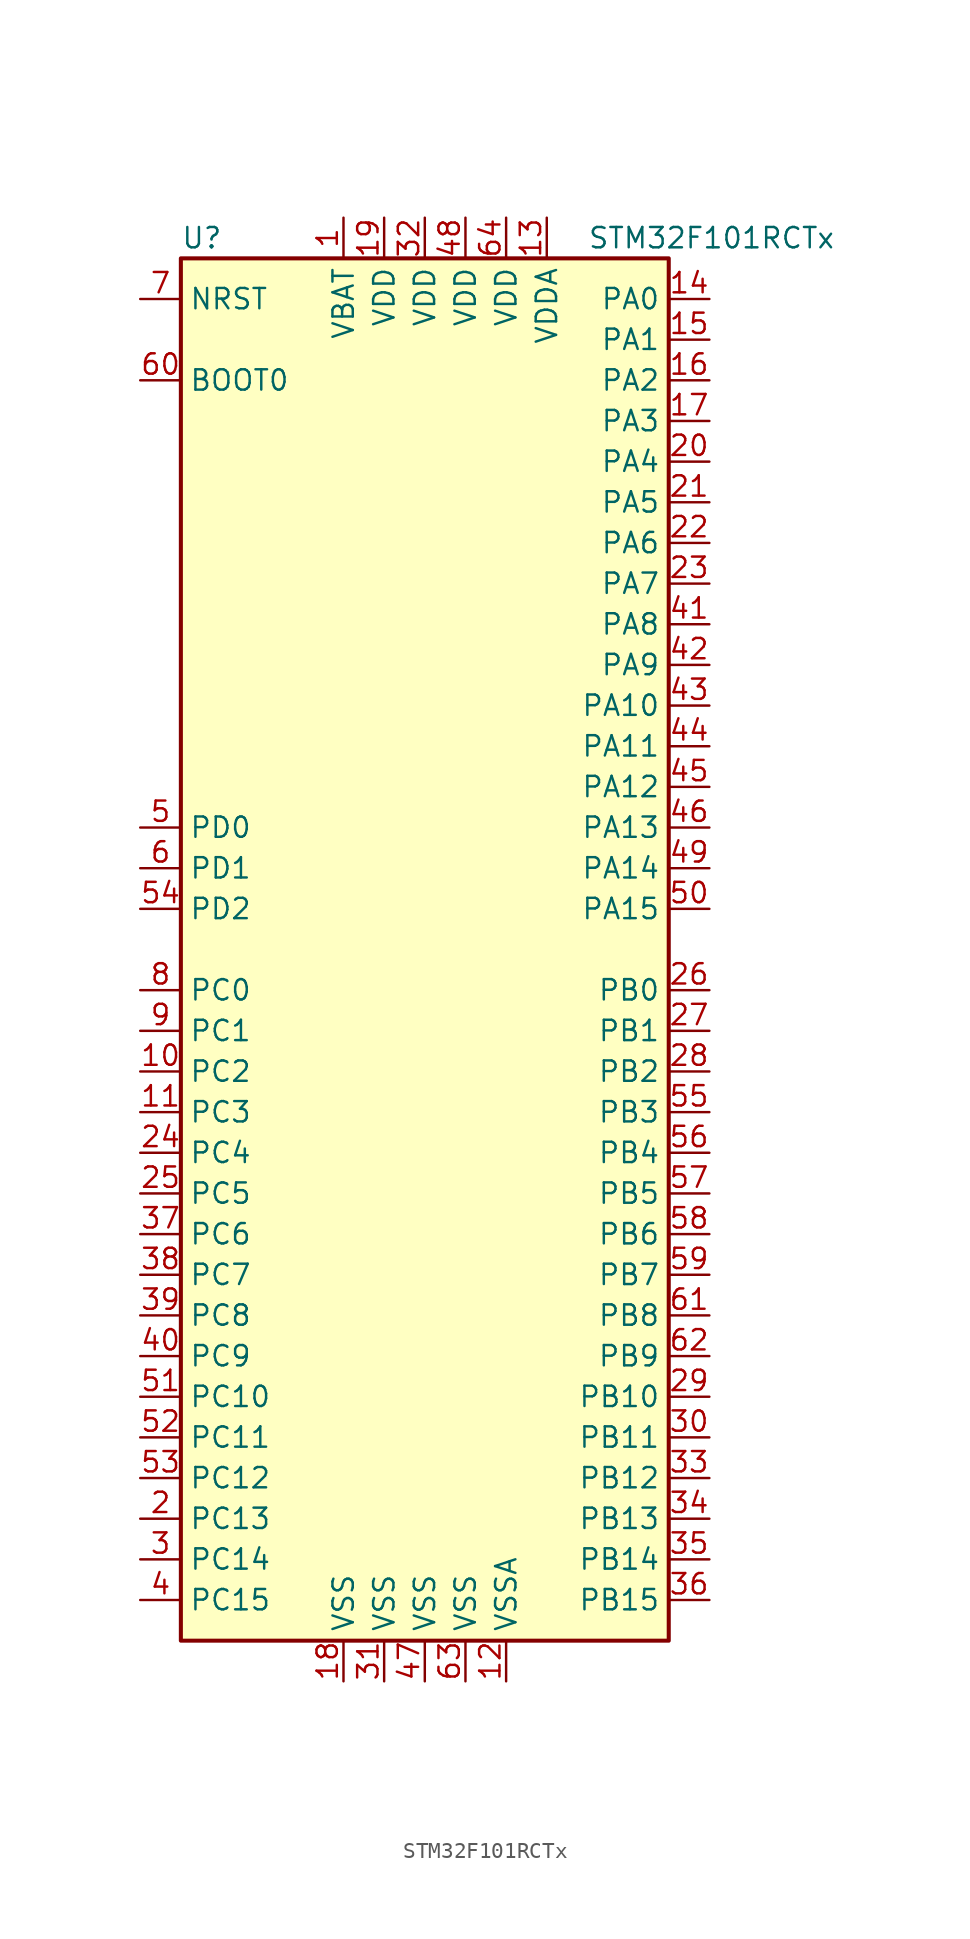
<source format=kicad_sym>
(kicad_symbol_lib
  (version 20201005)
  (generator kicad_symbol_editor)
  (symbol "STM32F101RCTx"
    (property "Reference" "U"
      (at -15.24 44.45 0)
      (effects (font (size 1.27 1.27)) (justify left)))
    (property "Value" "STM32F101RCTx"
      (at 10.16 44.45 0)
      (effects (font (size 1.27 1.27)) (justify left)))
    (symbol "STM32F101RCTx_0_1"
      (rectangle (start -15.24 -43.18) (end 15.24 43.18) (stroke (width 0.254)) (fill (type background))))
    (symbol "STM32F101RCTx_1_1"
      (pin power_in line (at -5.08 45.72 270) (length 2.54) (name "VBAT" (effects (font (size 1.27 1.27)))) (number "1" (effects (font (size 1.27 1.27)))))
      (pin bidirectional line (at -17.78 -7.62 0) (length 2.54) (name "PC2" (effects (font (size 1.27 1.27)))) (number "10" (effects (font (size 1.27 1.27)))))
      (pin bidirectional line (at -17.78 -10.16 0) (length 2.54) (name "PC3" (effects (font (size 1.27 1.27)))) (number "11" (effects (font (size 1.27 1.27)))))
      (pin power_in line (at 5.08 -45.72 90) (length 2.54) (name "VSSA" (effects (font (size 1.27 1.27)))) (number "12" (effects (font (size 1.27 1.27)))))
      (pin power_in line (at 7.62 45.72 270) (length 2.54) (name "VDDA" (effects (font (size 1.27 1.27)))) (number "13" (effects (font (size 1.27 1.27)))))
      (pin bidirectional line (at 17.78 40.64 180) (length 2.54) (name "PA0" (effects (font (size 1.27 1.27)))) (number "14" (effects (font (size 1.27 1.27)))))
      (pin bidirectional line (at 17.78 38.1 180) (length 2.54) (name "PA1" (effects (font (size 1.27 1.27)))) (number "15" (effects (font (size 1.27 1.27)))))
      (pin bidirectional line (at 17.78 35.56 180) (length 2.54) (name "PA2" (effects (font (size 1.27 1.27)))) (number "16" (effects (font (size 1.27 1.27)))))
      (pin bidirectional line (at 17.78 33.02 180) (length 2.54) (name "PA3" (effects (font (size 1.27 1.27)))) (number "17" (effects (font (size 1.27 1.27)))))
      (pin power_in line (at -5.08 -45.72 90) (length 2.54) (name "VSS" (effects (font (size 1.27 1.27)))) (number "18" (effects (font (size 1.27 1.27)))))
      (pin power_in line (at -2.54 45.72 270) (length 2.54) (name "VDD" (effects (font (size 1.27 1.27)))) (number "19" (effects (font (size 1.27 1.27)))))
      (pin bidirectional line (at -17.78 -35.56 0) (length 2.54) (name "PC13" (effects (font (size 1.27 1.27)))) (number "2" (effects (font (size 1.27 1.27)))))
      (pin bidirectional line (at 17.78 30.48 180) (length 2.54) (name "PA4" (effects (font (size 1.27 1.27)))) (number "20" (effects (font (size 1.27 1.27)))))
      (pin bidirectional line (at 17.78 27.94 180) (length 2.54) (name "PA5" (effects (font (size 1.27 1.27)))) (number "21" (effects (font (size 1.27 1.27)))))
      (pin bidirectional line (at 17.78 25.4 180) (length 2.54) (name "PA6" (effects (font (size 1.27 1.27)))) (number "22" (effects (font (size 1.27 1.27)))))
      (pin bidirectional line (at 17.78 22.86 180) (length 2.54) (name "PA7" (effects (font (size 1.27 1.27)))) (number "23" (effects (font (size 1.27 1.27)))))
      (pin bidirectional line (at -17.78 -12.7 0) (length 2.54) (name "PC4" (effects (font (size 1.27 1.27)))) (number "24" (effects (font (size 1.27 1.27)))))
      (pin bidirectional line (at -17.78 -15.24 0) (length 2.54) (name "PC5" (effects (font (size 1.27 1.27)))) (number "25" (effects (font (size 1.27 1.27)))))
      (pin bidirectional line (at 17.78 -2.54 180) (length 2.54) (name "PB0" (effects (font (size 1.27 1.27)))) (number "26" (effects (font (size 1.27 1.27)))))
      (pin bidirectional line (at 17.78 -5.08 180) (length 2.54) (name "PB1" (effects (font (size 1.27 1.27)))) (number "27" (effects (font (size 1.27 1.27)))))
      (pin bidirectional line (at 17.78 -7.62 180) (length 2.54) (name "PB2" (effects (font (size 1.27 1.27)))) (number "28" (effects (font (size 1.27 1.27)))))
      (pin bidirectional line (at 17.78 -27.94 180) (length 2.54) (name "PB10" (effects (font (size 1.27 1.27)))) (number "29" (effects (font (size 1.27 1.27)))))
      (pin bidirectional line (at -17.78 -38.1 0) (length 2.54) (name "PC14" (effects (font (size 1.27 1.27)))) (number "3" (effects (font (size 1.27 1.27)))))
      (pin bidirectional line (at 17.78 -30.48 180) (length 2.54) (name "PB11" (effects (font (size 1.27 1.27)))) (number "30" (effects (font (size 1.27 1.27)))))
      (pin power_in line (at -2.54 -45.72 90) (length 2.54) (name "VSS" (effects (font (size 1.27 1.27)))) (number "31" (effects (font (size 1.27 1.27)))))
      (pin power_in line (at 0 45.72 270) (length 2.54) (name "VDD" (effects (font (size 1.27 1.27)))) (number "32" (effects (font (size 1.27 1.27)))))
      (pin bidirectional line (at 17.78 -33.02 180) (length 2.54) (name "PB12" (effects (font (size 1.27 1.27)))) (number "33" (effects (font (size 1.27 1.27)))))
      (pin bidirectional line (at 17.78 -35.56 180) (length 2.54) (name "PB13" (effects (font (size 1.27 1.27)))) (number "34" (effects (font (size 1.27 1.27)))))
      (pin bidirectional line (at 17.78 -38.1 180) (length 2.54) (name "PB14" (effects (font (size 1.27 1.27)))) (number "35" (effects (font (size 1.27 1.27)))))
      (pin bidirectional line (at 17.78 -40.64 180) (length 2.54) (name "PB15" (effects (font (size 1.27 1.27)))) (number "36" (effects (font (size 1.27 1.27)))))
      (pin bidirectional line (at -17.78 -17.78 0) (length 2.54) (name "PC6" (effects (font (size 1.27 1.27)))) (number "37" (effects (font (size 1.27 1.27)))))
      (pin bidirectional line (at -17.78 -20.32 0) (length 2.54) (name "PC7" (effects (font (size 1.27 1.27)))) (number "38" (effects (font (size 1.27 1.27)))))
      (pin bidirectional line (at -17.78 -22.86 0) (length 2.54) (name "PC8" (effects (font (size 1.27 1.27)))) (number "39" (effects (font (size 1.27 1.27)))))
      (pin bidirectional line (at -17.78 -40.64 0) (length 2.54) (name "PC15" (effects (font (size 1.27 1.27)))) (number "4" (effects (font (size 1.27 1.27)))))
      (pin bidirectional line (at -17.78 -25.4 0) (length 2.54) (name "PC9" (effects (font (size 1.27 1.27)))) (number "40" (effects (font (size 1.27 1.27)))))
      (pin bidirectional line (at 17.78 20.32 180) (length 2.54) (name "PA8" (effects (font (size 1.27 1.27)))) (number "41" (effects (font (size 1.27 1.27)))))
      (pin bidirectional line (at 17.78 17.78 180) (length 2.54) (name "PA9" (effects (font (size 1.27 1.27)))) (number "42" (effects (font (size 1.27 1.27)))))
      (pin bidirectional line (at 17.78 15.24 180) (length 2.54) (name "PA10" (effects (font (size 1.27 1.27)))) (number "43" (effects (font (size 1.27 1.27)))))
      (pin bidirectional line (at 17.78 12.7 180) (length 2.54) (name "PA11" (effects (font (size 1.27 1.27)))) (number "44" (effects (font (size 1.27 1.27)))))
      (pin bidirectional line (at 17.78 10.16 180) (length 2.54) (name "PA12" (effects (font (size 1.27 1.27)))) (number "45" (effects (font (size 1.27 1.27)))))
      (pin bidirectional line (at 17.78 7.62 180) (length 2.54) (name "PA13" (effects (font (size 1.27 1.27)))) (number "46" (effects (font (size 1.27 1.27)))))
      (pin power_in line (at 0 -45.72 90) (length 2.54) (name "VSS" (effects (font (size 1.27 1.27)))) (number "47" (effects (font (size 1.27 1.27)))))
      (pin power_in line (at 2.54 45.72 270) (length 2.54) (name "VDD" (effects (font (size 1.27 1.27)))) (number "48" (effects (font (size 1.27 1.27)))))
      (pin bidirectional line (at 17.78 5.08 180) (length 2.54) (name "PA14" (effects (font (size 1.27 1.27)))) (number "49" (effects (font (size 1.27 1.27)))))
      (pin input line (at -17.78 7.62 0) (length 2.54) (name "PD0" (effects (font (size 1.27 1.27)))) (number "5" (effects (font (size 1.27 1.27)))))
      (pin bidirectional line (at 17.78 2.54 180) (length 2.54) (name "PA15" (effects (font (size 1.27 1.27)))) (number "50" (effects (font (size 1.27 1.27)))))
      (pin bidirectional line (at -17.78 -27.94 0) (length 2.54) (name "PC10" (effects (font (size 1.27 1.27)))) (number "51" (effects (font (size 1.27 1.27)))))
      (pin bidirectional line (at -17.78 -30.48 0) (length 2.54) (name "PC11" (effects (font (size 1.27 1.27)))) (number "52" (effects (font (size 1.27 1.27)))))
      (pin bidirectional line (at -17.78 -33.02 0) (length 2.54) (name "PC12" (effects (font (size 1.27 1.27)))) (number "53" (effects (font (size 1.27 1.27)))))
      (pin bidirectional line (at -17.78 2.54 0) (length 2.54) (name "PD2" (effects (font (size 1.27 1.27)))) (number "54" (effects (font (size 1.27 1.27)))))
      (pin bidirectional line (at 17.78 -10.16 180) (length 2.54) (name "PB3" (effects (font (size 1.27 1.27)))) (number "55" (effects (font (size 1.27 1.27)))))
      (pin bidirectional line (at 17.78 -12.7 180) (length 2.54) (name "PB4" (effects (font (size 1.27 1.27)))) (number "56" (effects (font (size 1.27 1.27)))))
      (pin bidirectional line (at 17.78 -15.24 180) (length 2.54) (name "PB5" (effects (font (size 1.27 1.27)))) (number "57" (effects (font (size 1.27 1.27)))))
      (pin bidirectional line (at 17.78 -17.78 180) (length 2.54) (name "PB6" (effects (font (size 1.27 1.27)))) (number "58" (effects (font (size 1.27 1.27)))))
      (pin bidirectional line (at 17.78 -20.32 180) (length 2.54) (name "PB7" (effects (font (size 1.27 1.27)))) (number "59" (effects (font (size 1.27 1.27)))))
      (pin input line (at -17.78 5.08 0) (length 2.54) (name "PD1" (effects (font (size 1.27 1.27)))) (number "6" (effects (font (size 1.27 1.27)))))
      (pin input line (at -17.78 35.56 0) (length 2.54) (name "BOOT0" (effects (font (size 1.27 1.27)))) (number "60" (effects (font (size 1.27 1.27)))))
      (pin bidirectional line (at 17.78 -22.86 180) (length 2.54) (name "PB8" (effects (font (size 1.27 1.27)))) (number "61" (effects (font (size 1.27 1.27)))))
      (pin bidirectional line (at 17.78 -25.4 180) (length 2.54) (name "PB9" (effects (font (size 1.27 1.27)))) (number "62" (effects (font (size 1.27 1.27)))))
      (pin power_in line (at 2.54 -45.72 90) (length 2.54) (name "VSS" (effects (font (size 1.27 1.27)))) (number "63" (effects (font (size 1.27 1.27)))))
      (pin power_in line (at 5.08 45.72 270) (length 2.54) (name "VDD" (effects (font (size 1.27 1.27)))) (number "64" (effects (font (size 1.27 1.27)))))
      (pin input line (at -17.78 40.64 0) (length 2.54) (name "NRST" (effects (font (size 1.27 1.27)))) (number "7" (effects (font (size 1.27 1.27)))))
      (pin bidirectional line (at -17.78 -2.54 0) (length 2.54) (name "PC0" (effects (font (size 1.27 1.27)))) (number "8" (effects (font (size 1.27 1.27)))))
      (pin bidirectional line (at -17.78 -5.08 0) (length 2.54) (name "PC1" (effects (font (size 1.27 1.27)))) (number "9" (effects (font (size 1.27 1.27))))))))
</source>
